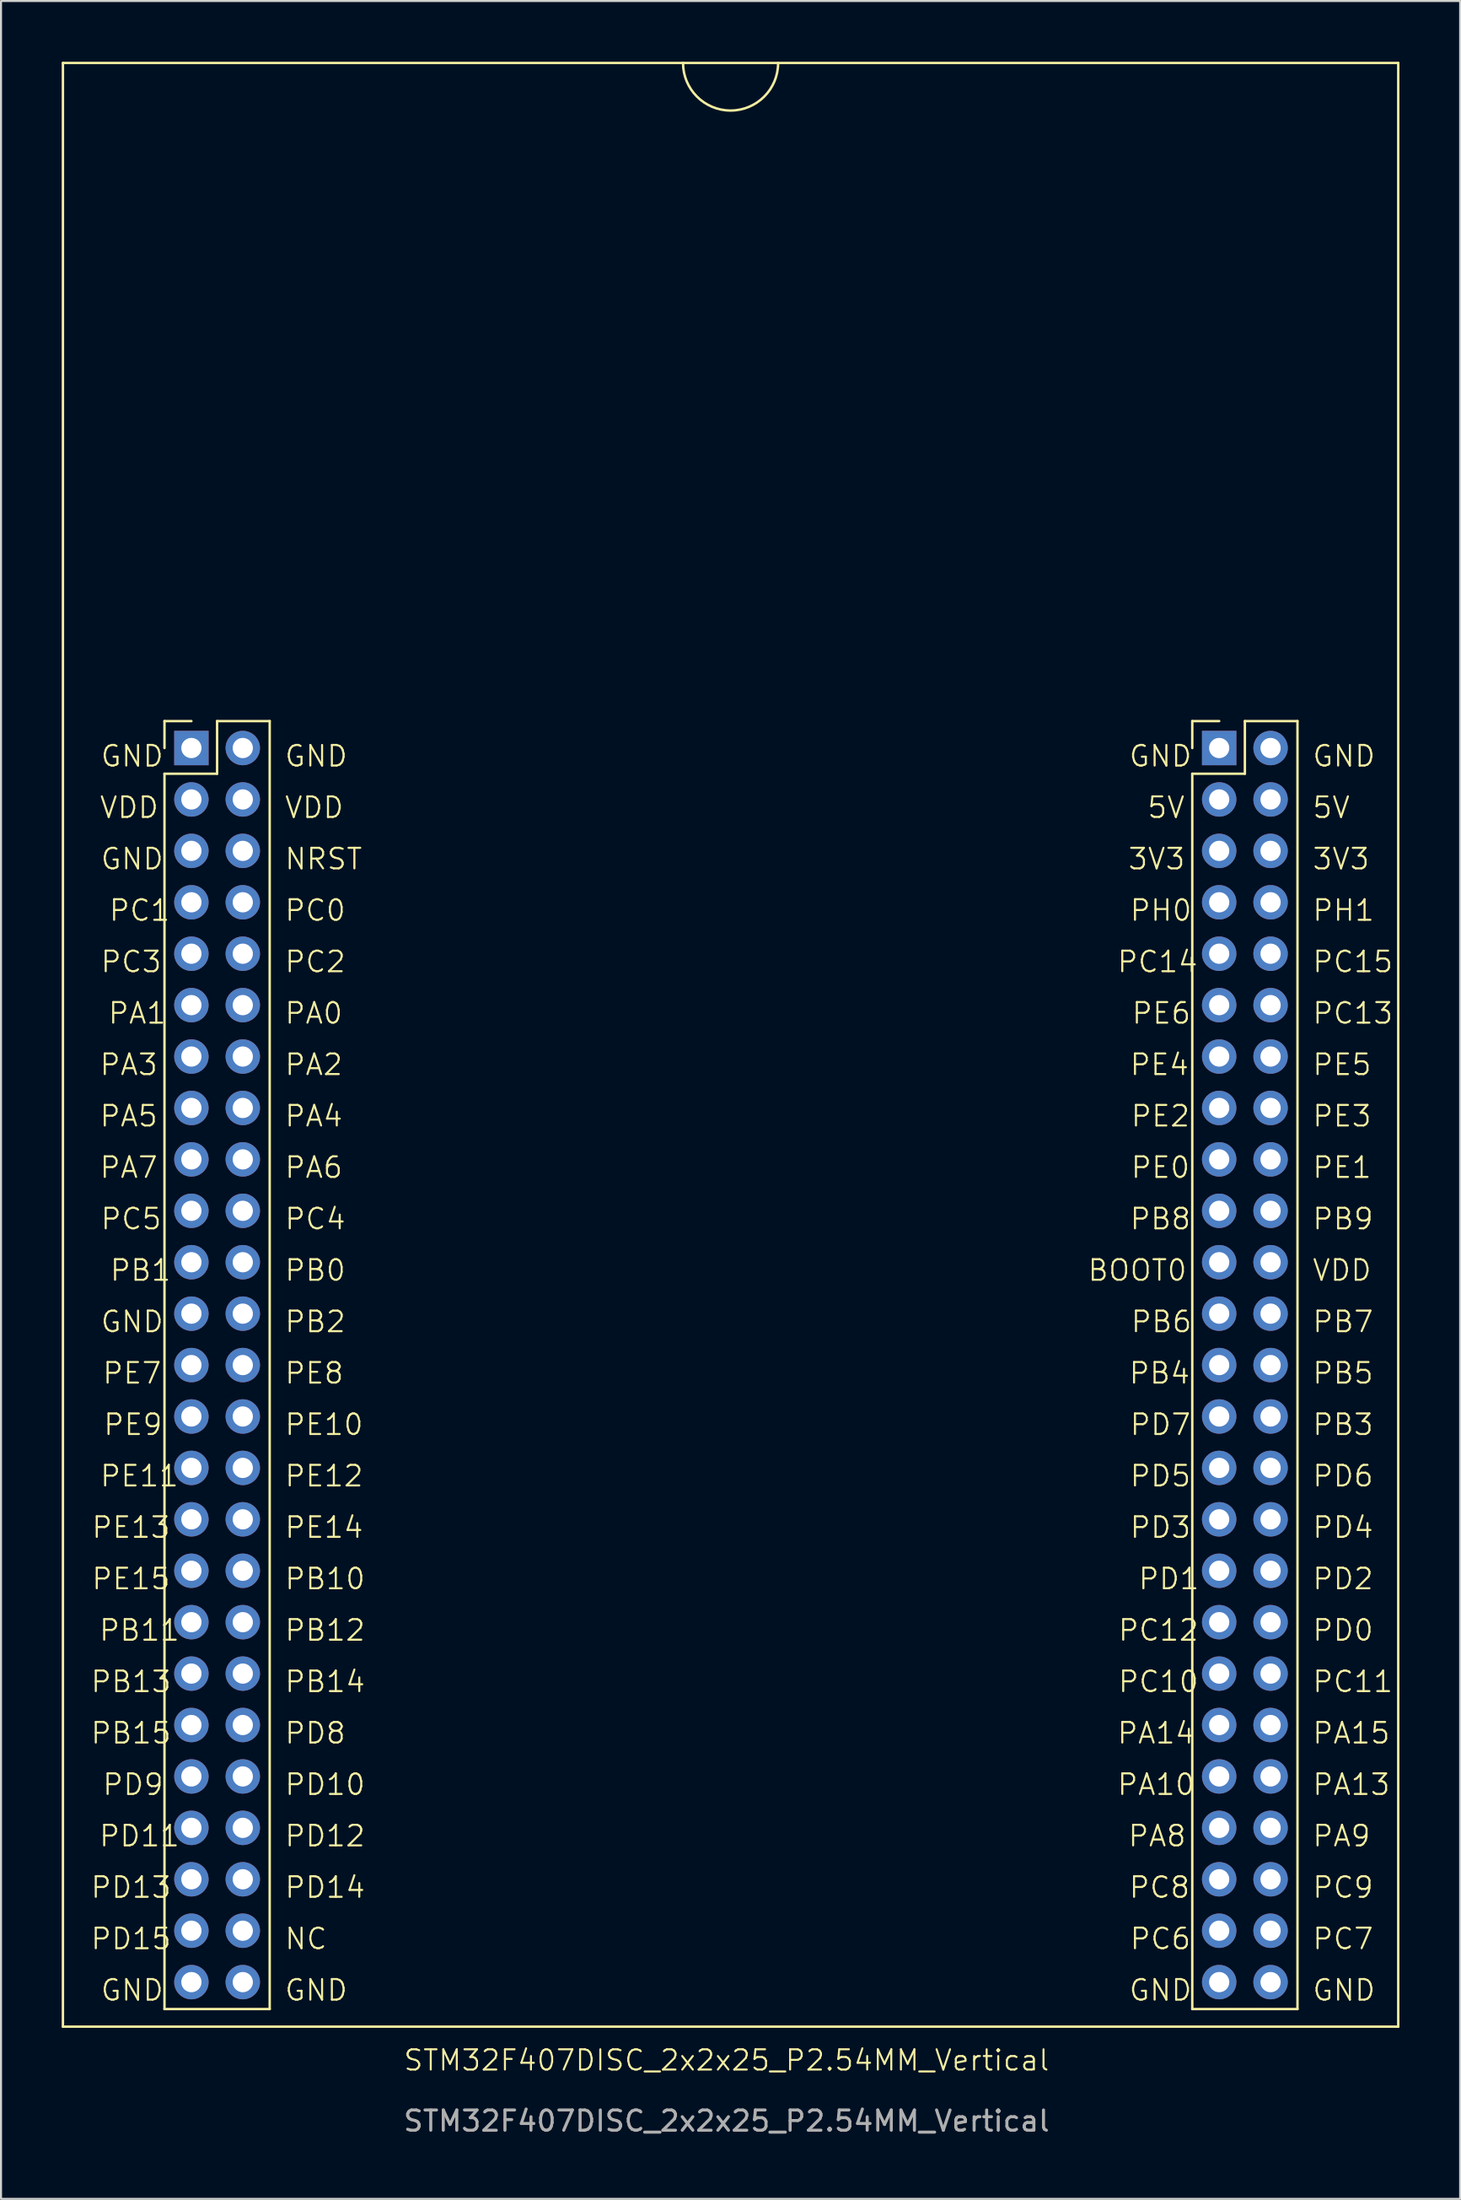
<source format=kicad_pcb>
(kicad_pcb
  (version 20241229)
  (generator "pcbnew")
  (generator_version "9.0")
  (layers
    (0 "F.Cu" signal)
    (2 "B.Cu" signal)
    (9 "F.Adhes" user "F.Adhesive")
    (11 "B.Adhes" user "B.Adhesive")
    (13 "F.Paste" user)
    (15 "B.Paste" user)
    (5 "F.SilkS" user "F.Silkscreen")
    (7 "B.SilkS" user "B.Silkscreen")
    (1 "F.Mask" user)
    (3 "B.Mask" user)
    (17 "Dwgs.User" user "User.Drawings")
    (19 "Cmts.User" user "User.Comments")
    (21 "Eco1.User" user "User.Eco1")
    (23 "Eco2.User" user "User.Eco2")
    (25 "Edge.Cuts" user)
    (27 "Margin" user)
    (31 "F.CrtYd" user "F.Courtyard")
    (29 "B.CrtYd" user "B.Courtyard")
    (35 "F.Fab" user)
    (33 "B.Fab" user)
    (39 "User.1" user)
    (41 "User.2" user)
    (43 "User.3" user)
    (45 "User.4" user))
  (footprint "STM32F407DISC_2x2x25_P2.54MM_Vertical"
    (layer "F.Cu")
    (at 33.05 48.56)
    (property "Reference" "STM32F407DISC_2x2x25_P2.54MM_Vertical" (at -0.19 50.16 0) (unlocked yes) (layer "F.SilkS") (effects (font (size 1 1) (thickness 0.1))))
    (attr through_hole)
    (fp_line (start -32.99 -48.5) (end 33.01 -48.5) (stroke (width 0.12) (type solid)) (layer "F.SilkS"))
    (fp_line (start -32.99 48.5) (end -32.99 -48.5) (stroke (width 0.12) (type solid)) (layer "F.SilkS"))
    (fp_line (start -32.99 48.5) (end 33.01 48.5) (stroke (width 0.12) (type solid)) (layer "F.SilkS"))
    (fp_line (start -27.97 -15.99) (end -26.64 -15.99) (stroke (width 0.12) (type solid)) (layer "F.SilkS"))
    (fp_line (start -27.97 -14.66) (end -27.97 -15.99) (stroke (width 0.12) (type solid)) (layer "F.SilkS"))
    (fp_line (start -27.97 -13.39) (end -25.37 -13.39) (stroke (width 0.12) (type solid)) (layer "F.SilkS"))
    (fp_line (start -27.97 47.63) (end -27.97 -13.39) (stroke (width 0.12) (type solid)) (layer "F.SilkS"))
    (fp_line (start -27.97 47.63) (end -22.77 47.63) (stroke (width 0.12) (type solid)) (layer "F.SilkS"))
    (fp_line (start -25.37 -15.99) (end -22.77 -15.99) (stroke (width 0.12) (type solid)) (layer "F.SilkS"))
    (fp_line (start -25.37 -13.39) (end -25.37 -15.99) (stroke (width 0.12) (type solid)) (layer "F.SilkS"))
    (fp_line (start -22.77 47.63) (end -22.77 -15.99) (stroke (width 0.12) (type solid)) (layer "F.SilkS"))
    (fp_line (start 22.83 -15.99) (end 24.16 -15.99) (stroke (width 0.12) (type solid)) (layer "F.SilkS"))
    (fp_line (start 22.83 -14.66) (end 22.83 -15.99) (stroke (width 0.12) (type solid)) (layer "F.SilkS"))
    (fp_line (start 22.83 -13.39) (end 25.43 -13.39) (stroke (width 0.12) (type solid)) (layer "F.SilkS"))
    (fp_line (start 22.83 47.63) (end 22.83 -13.39) (stroke (width 0.12) (type solid)) (layer "F.SilkS"))
    (fp_line (start 22.83 47.63) (end 28.03 47.63) (stroke (width 0.12) (type solid)) (layer "F.SilkS"))
    (fp_line (start 25.43 -15.99) (end 28.03 -15.99) (stroke (width 0.12) (type solid)) (layer "F.SilkS"))
    (fp_line (start 25.43 -13.39) (end 25.43 -15.99) (stroke (width 0.12) (type solid)) (layer "F.SilkS"))
    (fp_line (start 28.03 47.63) (end 28.03 -15.99) (stroke (width 0.12) (type solid)) (layer "F.SilkS"))
    (fp_line (start 33.01 48.5) (end 33.01 -48.5) (stroke (width 0.12) (type solid)) (layer "F.SilkS"))
    (fp_arc (start 2.36001 -48.4999) (mid 0.01 -46.14989) (end -2.34001 -48.4999) (stroke (width 0.11989) (type solid)) (layer "F.SilkS"))
    (fp_line (start -27.928 -14.952) (end -26.928 -15.952) (stroke (width 0.1) (type solid)) (layer "Eco1.User"))
    (fp_line (start -27.928 47.548) (end -27.928 -14.952) (stroke (width 0.1) (type solid)) (layer "Eco1.User"))
    (fp_line (start -27.928 47.548) (end -22.848 47.548) (stroke (width 0.1) (type solid)) (layer "Eco1.User"))
    (fp_line (start -26.928 -15.952) (end -22.848 -15.952) (stroke (width 0.1) (type solid)) (layer "Eco1.User"))
    (fp_line (start -22.848 47.548) (end -22.848 -15.952) (stroke (width 0.1) (type solid)) (layer "Eco1.User"))
    (fp_line (start 22.872 -14.952) (end 23.872 -15.952) (stroke (width 0.1) (type solid)) (layer "Eco1.User"))
    (fp_line (start 22.872 47.548) (end 22.872 -14.952) (stroke (width 0.1) (type solid)) (layer "Eco1.User"))
    (fp_line (start 22.872 47.548) (end 27.952 47.548) (stroke (width 0.1) (type solid)) (layer "Eco1.User"))
    (fp_line (start 23.872 -15.952) (end 27.952 -15.952) (stroke (width 0.1) (type solid)) (layer "Eco1.User"))
    (fp_line (start 27.952 47.548) (end 27.952 -15.952) (stroke (width 0.1) (type solid)) (layer "Eco1.User"))
    (fp_line (start -28.44 -16.46) (end -22.34 -16.46) (stroke (width 0.05) (type solid)) (layer "User.1"))
    (fp_line (start -28.44 48.04) (end -28.44 -16.46) (stroke (width 0.05) (type solid)) (layer "User.1"))
    (fp_line (start -28.44 48.04) (end -22.34 48.04) (stroke (width 0.05) (type solid)) (layer "User.1"))
    (fp_line (start -22.34 48.04) (end -22.34 -16.46) (stroke (width 0.05) (type solid)) (layer "User.1"))
    (fp_line (start 22.36 -16.46) (end 28.46 -16.46) (stroke (width 0.05) (type solid)) (layer "User.1"))
    (fp_line (start 22.36 48.04) (end 22.36 -16.46) (stroke (width 0.05) (type solid)) (layer "User.1"))
    (fp_line (start 22.36 48.04) (end 28.46 48.04) (stroke (width 0.05) (type solid)) (layer "User.1"))
    (fp_line (start 28.46 48.04) (end 28.46 -16.46) (stroke (width 0.05) (type solid)) (layer "User.1"))
    (fp_text user "PC12" (at 19.108 29.514 0) (unlocked yes) (layer "F.SilkS") (effects (font (size 1.016 1.016) (thickness 0.102)) (justify left bottom)))
    (fp_text user "PA2" (at -22.086 1.574 0) (unlocked yes) (layer "F.SilkS") (effects (font (size 1.016 1.016) (thickness 0.102)) (justify left bottom)))
    (fp_text user "PD0" (at 28.714 29.514 0) (unlocked yes) (layer "F.SilkS") (effects (font (size 1.016 1.016) (thickness 0.102)) (justify left bottom)))
    (fp_text user "PD7" (at 19.689 19.354 0) (unlocked yes) (layer "F.SilkS") (effects (font (size 1.016 1.016) (thickness 0.102)) (justify left bottom)))
    (fp_text user "PB10" (at -22.086 26.974 0) (unlocked yes) (layer "F.SilkS") (effects (font (size 1.016 1.016) (thickness 0.102)) (justify left bottom)))
    (fp_text user "PB4" (at 19.644 16.814 0) (unlocked yes) (layer "F.SilkS") (effects (font (size 1.016 1.016) (thickness 0.102)) (justify left bottom)))
    (fp_text user "PA4" (at -22.086 4.114 0) (unlocked yes) (layer "F.SilkS") (effects (font (size 1.016 1.016) (thickness 0.102)) (justify left bottom)))
    (fp_text user "PC4" (at -22.086 9.194 0) (unlocked yes) (layer "F.SilkS") (effects (font (size 1.016 1.016) (thickness 0.102)) (justify left bottom)))
    (fp_text user "PE3" (at 28.714 4.114 0) (unlocked yes) (layer "F.SilkS") (effects (font (size 1.016 1.016) (thickness 0.102)) (justify left bottom)))
    (fp_text user "PB6" (at 19.738 14.274 0) (unlocked yes) (layer "F.SilkS") (effects (font (size 1.016 1.016) (thickness 0.102)) (justify left bottom)))
    (fp_text user "PC13" (at 28.714 -0.966 0) (unlocked yes) (layer "F.SilkS") (effects (font (size 1.016 1.016) (thickness 0.102)) (justify left bottom)))
    (fp_text user "PE6" (at 19.783 -0.966 0) (unlocked yes) (layer "F.SilkS") (effects (font (size 1.016 1.016) (thickness 0.102)) (justify left bottom)))
    (fp_text user "PE14" (at -22.086 24.434 0) (unlocked yes) (layer "F.SilkS") (effects (font (size 1.016 1.016) (thickness 0.102)) (justify left bottom)))
    (fp_text user "PE13" (at -31.626 24.434 0) (unlocked yes) (layer "F.SilkS") (effects (font (size 1.016 1.016) (thickness 0.102)) (justify left bottom)))
    (fp_text user "PB8" (at 19.689 9.194 0) (unlocked yes) (layer "F.SilkS") (effects (font (size 1.016 1.016) (thickness 0.102)) (justify left bottom)))
    (fp_text user "VDD" (at 28.714 11.734 0) (unlocked yes) (layer "F.SilkS") (effects (font (size 1.016 1.016) (thickness 0.102)) (justify left bottom)))
    (fp_text user "PC0" (at -22.086 -6.046 0) (unlocked yes) (layer "F.SilkS") (effects (font (size 1.016 1.016) (thickness 0.102)) (justify left bottom)))
    (fp_text user "PE5" (at 28.714 1.574 0) (unlocked yes) (layer "F.SilkS") (effects (font (size 1.016 1.016) (thickness 0.102)) (justify left bottom)))
    (fp_text user "PD9" (at -31.09 37.134 0) (unlocked yes) (layer "F.SilkS") (effects (font (size 1.016 1.016) (thickness 0.102)) (justify left bottom)))
    (fp_text user "PD15" (at -31.674 44.754 0) (unlocked yes) (layer "F.SilkS") (effects (font (size 1.016 1.016) (thickness 0.102)) (justify left bottom)))
    (fp_text user "PC11" (at 28.714 32.054 0) (unlocked yes) (layer "F.SilkS") (effects (font (size 1.016 1.016) (thickness 0.102)) (justify left bottom)))
    (fp_text user "GND" (at -31.184 -13.666 0) (unlocked yes) (layer "F.SilkS") (effects (font (size 1.016 1.016) (thickness 0.102)) (justify left bottom)))
    (fp_text user "5V" (at 20.55 -11.126 0) (unlocked yes) (layer "F.SilkS") (effects (font (size 1.016 1.016) (thickness 0.102)) (justify left bottom)))
    (fp_text user "PC6" (at 19.689 44.754 0) (unlocked yes) (layer "F.SilkS") (effects (font (size 1.016 1.016) (thickness 0.102)) (justify left bottom)))
    (fp_text user "NC" (at -22.086 44.754 0) (unlocked yes) (layer "F.SilkS") (effects (font (size 1.016 1.016) (thickness 0.102)) (justify left bottom)))
    (fp_text user "PA10" (at 19.062 37.134 0) (unlocked yes) (layer "F.SilkS") (effects (font (size 1.016 1.016) (thickness 0.102)) (justify left bottom)))
    (fp_text user "PC3" (at -31.184 -3.506 0) (unlocked yes) (layer "F.SilkS") (effects (font (size 1.016 1.016) (thickness 0.102)) (justify left bottom)))
    (fp_text user "PA6" (at -22.086 6.654 0) (unlocked yes) (layer "F.SilkS") (effects (font (size 1.016 1.016) (thickness 0.102)) (justify left bottom)))
    (fp_text user "PA0" (at -22.086 -0.966 0) (unlocked yes) (layer "F.SilkS") (effects (font (size 1.016 1.016) (thickness 0.102)) (justify left bottom)))
    (fp_text user "PD1" (at 20.106 26.974 0) (unlocked yes) (layer "F.SilkS") (effects (font (size 1.016 1.016) (thickness 0.102)) (justify left bottom)))
    (fp_text user "GND" (at -22.086 -13.666 0) (unlocked yes) (layer "F.SilkS") (effects (font (size 1.016 1.016) (thickness 0.102)) (justify left bottom)))
    (fp_text user "PB12" (at -22.086 29.514 0) (unlocked yes) (layer "F.SilkS") (effects (font (size 1.016 1.016) (thickness 0.102)) (justify left bottom)))
    (fp_text user "PD8" (at -22.086 34.594 0) (unlocked yes) (layer "F.SilkS") (effects (font (size 1.016 1.016) (thickness 0.102)) (justify left bottom)))
    (fp_text user "PE9" (at -31.045 19.354 0) (unlocked yes) (layer "F.SilkS") (effects (font (size 1.016 1.016) (thickness 0.102)) (justify left bottom)))
    (fp_text user "PE12" (at -22.086 21.894 0) (unlocked yes) (layer "F.SilkS") (effects (font (size 1.016 1.016) (thickness 0.102)) (justify left bottom)))
    (fp_text user "PA8" (at 19.598 39.674 0) (unlocked yes) (layer "F.SilkS") (effects (font (size 1.016 1.016) (thickness 0.102)) (justify left bottom)))
    (fp_text user "PD2" (at 28.714 26.974 0) (unlocked yes) (layer "F.SilkS") (effects (font (size 1.016 1.016) (thickness 0.102)) (justify left bottom)))
    (fp_text user "PH0" (at 19.689 -6.046 0) (unlocked yes) (layer "F.SilkS") (effects (font (size 1.016 1.016) (thickness 0.102)) (justify left bottom)))
    (fp_text user "PD12" (at -22.086 39.674 0) (unlocked yes) (layer "F.SilkS") (effects (font (size 1.016 1.016) (thickness 0.102)) (justify left bottom)))
    (fp_text user "PA15" (at 28.714 34.594 0) (unlocked yes) (layer "F.SilkS") (effects (font (size 1.016 1.016) (thickness 0.102)) (justify left bottom)))
    (fp_text user "PE4" (at 19.689 1.574 0) (unlocked yes) (layer "F.SilkS") (effects (font (size 1.016 1.016) (thickness 0.102)) (justify left bottom)))
    (fp_text user "PC15" (at 28.714 -3.506 0) (unlocked yes) (layer "F.SilkS") (effects (font (size 1.016 1.016) (thickness 0.102)) (justify left bottom)))
    (fp_text user "PC9" (at 28.714 42.214 0) (unlocked yes) (layer "F.SilkS") (effects (font (size 1.016 1.016) (thickness 0.102)) (justify left bottom)))
    (fp_text user "PD10" (at -22.086 37.134 0) (unlocked yes) (layer "F.SilkS") (effects (font (size 1.016 1.016) (thickness 0.102)) (justify left bottom)))
    (fp_text user "PE7" (at -31.09 16.814 0) (unlocked yes) (layer "F.SilkS") (effects (font (size 1.016 1.016) (thickness 0.102)) (justify left bottom)))
    (fp_text user "PC1" (at -30.768 -6.046 0) (unlocked yes) (layer "F.SilkS") (effects (font (size 1.016 1.016) (thickness 0.102)) (justify left bottom)))
    (fp_text user "PD13" (at -31.674 42.214 0) (unlocked yes) (layer "F.SilkS") (effects (font (size 1.016 1.016) (thickness 0.102)) (justify left bottom)))
    (fp_text user "GND" (at -22.086 47.294 0) (unlocked yes) (layer "F.SilkS") (effects (font (size 1.016 1.016) (thickness 0.102)) (justify left bottom)))
    (fp_text user "PC8" (at 19.644 42.214 0) (unlocked yes) (layer "F.SilkS") (effects (font (size 1.016 1.016) (thickness 0.102)) (justify left bottom)))
    (fp_text user "NRST" (at -22.086 -8.586 0) (unlocked yes) (layer "F.SilkS") (effects (font (size 1.016 1.016) (thickness 0.102)) (justify left bottom)))
    (fp_text user "PA1" (at -30.813 -0.966 0) (unlocked yes) (layer "F.SilkS") (effects (font (size 1.016 1.016) (thickness 0.102)) (justify left bottom)))
    (fp_text user "PA13" (at 28.714 37.134 0) (unlocked yes) (layer "F.SilkS") (effects (font (size 1.016 1.016) (thickness 0.102)) (justify left bottom)))
    (fp_text user "PB14" (at -22.086 32.054 0) (unlocked yes) (layer "F.SilkS") (effects (font (size 1.016 1.016) (thickness 0.102)) (justify left bottom)))
    (fp_text user "PA7" (at -31.23 6.654 0) (unlocked yes) (layer "F.SilkS") (effects (font (size 1.016 1.016) (thickness 0.102)) (justify left bottom)))
    (fp_text user "PD3" (at 19.689 24.434 0) (unlocked yes) (layer "F.SilkS") (effects (font (size 1.016 1.016) (thickness 0.102)) (justify left bottom)))
    (fp_text user "5V" (at 28.714 -11.126 0) (unlocked yes) (layer "F.SilkS") (effects (font (size 1.016 1.016) (thickness 0.102)) (justify left bottom)))
    (fp_text user "PC2" (at -22.086 -3.506 0) (unlocked yes) (layer "F.SilkS") (effects (font (size 1.016 1.016) (thickness 0.102)) (justify left bottom)))
    (fp_text user "GND" (at 28.714 -13.666 0) (unlocked yes) (layer "F.SilkS") (effects (font (size 1.016 1.016) (thickness 0.102)) (justify left bottom)))
    (fp_text user "PB7" (at 28.714 14.274 0) (unlocked yes) (layer "F.SilkS") (effects (font (size 1.016 1.016) (thickness 0.102)) (justify left bottom)))
    (fp_text user "PE0" (at 19.738 6.654 0) (unlocked yes) (layer "F.SilkS") (effects (font (size 1.016 1.016) (thickness 0.102)) (justify left bottom)))
    (fp_text user "PE2" (at 19.738 4.114 0) (unlocked yes) (layer "F.SilkS") (effects (font (size 1.016 1.016) (thickness 0.102)) (justify left bottom)))
    (fp_text user "GND" (at -31.184 14.274 0) (unlocked yes) (layer "F.SilkS") (effects (font (size 1.016 1.016) (thickness 0.102)) (justify left bottom)))
    (fp_text user "PC7" (at 28.714 44.754 0) (unlocked yes) (layer "F.SilkS") (effects (font (size 1.016 1.016) (thickness 0.102)) (justify left bottom)))
    (fp_text user "PB13" (at -31.674 32.054 0) (unlocked yes) (layer "F.SilkS") (effects (font (size 1.016 1.016) (thickness 0.102)) (justify left bottom)))
    (fp_text user "PB2" (at -22.086 14.274 0) (unlocked yes) (layer "F.SilkS") (effects (font (size 1.016 1.016) (thickness 0.102)) (justify left bottom)))
    (fp_text user "PB5" (at 28.714 16.814 0) (unlocked yes) (layer "F.SilkS") (effects (font (size 1.016 1.016) (thickness 0.102)) (justify left bottom)))
    (fp_text user "PC14" (at 19.062 -3.506 0) (unlocked yes) (layer "F.SilkS") (effects (font (size 1.016 1.016) (thickness 0.102)) (justify left bottom)))
    (fp_text user "PC5" (at -31.184 9.194 0) (unlocked yes) (layer "F.SilkS") (effects (font (size 1.016 1.016) (thickness 0.102)) (justify left bottom)))
    (fp_text user "PB11" (at -31.258 29.514 0) (unlocked yes) (layer "F.SilkS") (effects (font (size 1.016 1.016) (thickness 0.102)) (justify left bottom)))
    (fp_text user "GND" (at 28.714 47.294 0) (unlocked yes) (layer "F.SilkS") (effects (font (size 1.016 1.016) (thickness 0.102)) (justify left bottom)))
    (fp_text user "PH1" (at 28.714 -6.046 0) (unlocked yes) (layer "F.SilkS") (effects (font (size 1.016 1.016) (thickness 0.102)) (justify left bottom)))
    (fp_text user "PE1" (at 28.714 6.654 0) (unlocked yes) (layer "F.SilkS") (effects (font (size 1.016 1.016) (thickness 0.102)) (justify left bottom)))
    (fp_text user "PB9" (at 28.714 9.194 0) (unlocked yes) (layer "F.SilkS") (effects (font (size 1.016 1.016) (thickness 0.102)) (justify left bottom)))
    (fp_text user "GND" (at 19.644 -13.666 0) (unlocked yes) (layer "F.SilkS") (effects (font (size 1.016 1.016) (thickness 0.102)) (justify left bottom)))
    (fp_text user "VDD" (at -22.086 -11.126 0) (unlocked yes) (layer "F.SilkS") (effects (font (size 1.016 1.016) (thickness 0.102)) (justify left bottom)))
    (fp_text user "PE15" (at -31.626 26.974 0) (unlocked yes) (layer "F.SilkS") (effects (font (size 1.016 1.016) (thickness 0.102)) (justify left bottom)))
    (fp_text user "PD11" (at -31.258 39.674 0) (unlocked yes) (layer "F.SilkS") (effects (font (size 1.016 1.016) (thickness 0.102)) (justify left bottom)))
    (fp_text user "3V3" (at 19.598 -8.586 0) (unlocked yes) (layer "F.SilkS") (effects (font (size 1.016 1.016) (thickness 0.102)) (justify left bottom)))
    (fp_text user "VDD" (at -31.23 -11.126 0) (unlocked yes) (layer "F.SilkS") (effects (font (size 1.016 1.016) (thickness 0.102)) (justify left bottom)))
    (fp_text user "PB0" (at -22.086 11.734 0) (unlocked yes) (layer "F.SilkS") (effects (font (size 1.016 1.016) (thickness 0.102)) (justify left bottom)))
    (fp_text user "3V3" (at 28.714 -8.586 0) (unlocked yes) (layer "F.SilkS") (effects (font (size 1.016 1.016) (thickness 0.102)) (justify left bottom)))
    (fp_text user "PE8" (at -22.086 16.814 0) (unlocked yes) (layer "F.SilkS") (effects (font (size 1.016 1.016) (thickness 0.102)) (justify left bottom)))
    (fp_text user "GND" (at -31.184 -8.586 0) (unlocked yes) (layer "F.SilkS") (effects (font (size 1.016 1.016) (thickness 0.102)) (justify left bottom)))
    (fp_text user "PA5" (at -31.23 4.114 0) (unlocked yes) (layer "F.SilkS") (effects (font (size 1.016 1.016) (thickness 0.102)) (justify left bottom)))
    (fp_text user "PB3" (at 28.714 19.354 0) (unlocked yes) (layer "F.SilkS") (effects (font (size 1.016 1.016) (thickness 0.102)) (justify left bottom)))
    (fp_text user "PD4" (at 28.714 24.434 0) (unlocked yes) (layer "F.SilkS") (effects (font (size 1.016 1.016) (thickness 0.102)) (justify left bottom)))
    (fp_text user "PE11" (at -31.212 21.894 0) (unlocked yes) (layer "F.SilkS") (effects (font (size 1.016 1.016) (thickness 0.102)) (justify left bottom)))
    (fp_text user "PD6" (at 28.714 21.894 0) (unlocked yes) (layer "F.SilkS") (effects (font (size 1.016 1.016) (thickness 0.102)) (justify left bottom)))
    (fp_text user "PC10" (at 19.108 32.054 0) (unlocked yes) (layer "F.SilkS") (effects (font (size 1.016 1.016) (thickness 0.102)) (justify left bottom)))
    (fp_text user "PB15" (at -31.674 34.594 0) (unlocked yes) (layer "F.SilkS") (effects (font (size 1.016 1.016) (thickness 0.102)) (justify left bottom)))
    (fp_text user "PD5" (at 19.689 21.894 0) (unlocked yes) (layer "F.SilkS") (effects (font (size 1.016 1.016) (thickness 0.102)) (justify left bottom)))
    (fp_text user "GND" (at -31.184 47.294 0) (unlocked yes) (layer "F.SilkS") (effects (font (size 1.016 1.016) (thickness 0.102)) (justify left bottom)))
    (fp_text user "GND" (at 19.644 47.294 0) (unlocked yes) (layer "F.SilkS") (effects (font (size 1.016 1.016) (thickness 0.102)) (justify left bottom)))
    (fp_text user "PA9" (at 28.714 39.674 0) (unlocked yes) (layer "F.SilkS") (effects (font (size 1.016 1.016) (thickness 0.102)) (justify left bottom)))
    (fp_text user "PD14" (at -22.086 42.214 0) (unlocked yes) (layer "F.SilkS") (effects (font (size 1.016 1.016) (thickness 0.102)) (justify left bottom)))
    (fp_text user "PA3" (at -31.23 1.574 0) (unlocked yes) (layer "F.SilkS") (effects (font (size 1.016 1.016) (thickness 0.102)) (justify left bottom)))
    (fp_text user "PE10" (at -22.086 19.354 0) (unlocked yes) (layer "F.SilkS") (effects (font (size 1.016 1.016) (thickness 0.102)) (justify left bottom)))
    (fp_text user "BOOT0" (at 17.604 11.734 0) (unlocked yes) (layer "F.SilkS") (effects (font (size 1.016 1.016) (thickness 0.102)) (justify left bottom)))
    (fp_text user "PB1" (at -30.722 11.734 0) (unlocked yes) (layer "F.SilkS") (effects (font (size 1.016 1.016) (thickness 0.102)) (justify left bottom)))
    (fp_text user "PA14" (at 19.062 34.594 0) (unlocked yes) (layer "F.SilkS") (effects (font (size 1.016 1.016) (thickness 0.102)) (justify left bottom)))
    (fp_text user "${REFERENCE}" (at -0.19 53.16 0) (unlocked yes) (layer "F.Fab") (effects (font (size 1 1) (thickness 0.15))))
    (pad "1" thru_hole rect (at -26.64 -14.66) (size 1.7 1.7) (drill oval 1 1) (layers "*.Cu" "*.Mask"))
    (pad "2" thru_hole circle (at -26.64 -12.12) (size 1.7 1.7) (drill oval 1 1) (layers "*.Cu" "*.Mask"))
    (pad "3" thru_hole circle (at -26.64 -9.58) (size 1.7 1.7) (drill oval 1 1) (layers "*.Cu" "*.Mask"))
    (pad "4" thru_hole circle (at -26.64 -7.04) (size 1.7 1.7) (drill oval 1 1) (layers "*.Cu" "*.Mask"))
    (pad "5" thru_hole circle (at -26.64 -4.5) (size 1.7 1.7) (drill oval 1 1) (layers "*.Cu" "*.Mask"))
    (pad "6" thru_hole circle (at -26.64 -1.96) (size 1.7 1.7) (drill oval 1 1) (layers "*.Cu" "*.Mask"))
    (pad "7" thru_hole circle (at -26.64 0.58) (size 1.7 1.7) (drill oval 1 1) (layers "*.Cu" "*.Mask"))
    (pad "8" thru_hole circle (at -26.64 3.12) (size 1.7 1.7) (drill oval 1 1) (layers "*.Cu" "*.Mask"))
    (pad "9" thru_hole circle (at -26.64 5.66) (size 1.7 1.7) (drill oval 1 1) (layers "*.Cu" "*.Mask"))
    (pad "10" thru_hole circle (at -26.64 8.2) (size 1.7 1.7) (drill oval 1 1) (layers "*.Cu" "*.Mask"))
    (pad "11" thru_hole circle (at -26.64 10.74) (size 1.7 1.7) (drill oval 1 1) (layers "*.Cu" "*.Mask"))
    (pad "12" thru_hole circle (at -26.64 13.28) (size 1.7 1.7) (drill oval 1 1) (layers "*.Cu" "*.Mask"))
    (pad "13" thru_hole circle (at -26.64 15.82) (size 1.7 1.7) (drill oval 1 1) (layers "*.Cu" "*.Mask"))
    (pad "14" thru_hole circle (at -26.64 18.36) (size 1.7 1.7) (drill oval 1 1) (layers "*.Cu" "*.Mask"))
    (pad "15" thru_hole circle (at -26.64 20.9) (size 1.7 1.7) (drill oval 1 1) (layers "*.Cu" "*.Mask"))
    (pad "16" thru_hole circle (at -26.64 23.44) (size 1.7 1.7) (drill oval 1 1) (layers "*.Cu" "*.Mask"))
    (pad "17" thru_hole circle (at -26.64 25.98) (size 1.7 1.7) (drill oval 1 1) (layers "*.Cu" "*.Mask"))
    (pad "18" thru_hole circle (at -26.64 28.52) (size 1.7 1.7) (drill oval 1 1) (layers "*.Cu" "*.Mask"))
    (pad "19" thru_hole circle (at -26.64 31.06) (size 1.7 1.7) (drill oval 1 1) (layers "*.Cu" "*.Mask"))
    (pad "20" thru_hole circle (at -26.64 33.6) (size 1.7 1.7) (drill oval 1 1) (layers "*.Cu" "*.Mask"))
    (pad "21" thru_hole circle (at -26.64 36.14) (size 1.7 1.7) (drill oval 1 1) (layers "*.Cu" "*.Mask"))
    (pad "22" thru_hole circle (at -26.64 38.68) (size 1.7 1.7) (drill oval 1 1) (layers "*.Cu" "*.Mask"))
    (pad "23" thru_hole circle (at -26.64 41.22) (size 1.7 1.7) (drill oval 1 1) (layers "*.Cu" "*.Mask"))
    (pad "24" thru_hole circle (at -26.64 43.76) (size 1.7 1.7) (drill oval 1 1) (layers "*.Cu" "*.Mask"))
    (pad "25" thru_hole circle (at -26.64 46.3) (size 1.7 1.7) (drill oval 1 1) (layers "*.Cu" "*.Mask"))
    (pad "26" thru_hole circle (at -24.1 -14.66) (size 1.7 1.7) (drill oval 1 1) (layers "*.Cu" "*.Mask"))
    (pad "27" thru_hole circle (at -24.1 -12.12) (size 1.7 1.7) (drill oval 1 1) (layers "*.Cu" "*.Mask"))
    (pad "28" thru_hole circle (at -24.1 -9.58) (size 1.7 1.7) (drill oval 1 1) (layers "*.Cu" "*.Mask"))
    (pad "29" thru_hole circle (at -24.1 -7.04) (size 1.7 1.7) (drill oval 1 1) (layers "*.Cu" "*.Mask"))
    (pad "30" thru_hole circle (at -24.1 -4.5) (size 1.7 1.7) (drill oval 1 1) (layers "*.Cu" "*.Mask"))
    (pad "31" thru_hole circle (at -24.1 -1.96) (size 1.7 1.7) (drill oval 1 1) (layers "*.Cu" "*.Mask"))
    (pad "32" thru_hole circle (at -24.1 0.58) (size 1.7 1.7) (drill oval 1 1) (layers "*.Cu" "*.Mask"))
    (pad "33" thru_hole circle (at -24.1 3.12) (size 1.7 1.7) (drill oval 1 1) (layers "*.Cu" "*.Mask"))
    (pad "34" thru_hole circle (at -24.1 5.66) (size 1.7 1.7) (drill oval 1 1) (layers "*.Cu" "*.Mask"))
    (pad "35" thru_hole circle (at -24.1 8.2) (size 1.7 1.7) (drill oval 1 1) (layers "*.Cu" "*.Mask"))
    (pad "36" thru_hole circle (at -24.1 10.74) (size 1.7 1.7) (drill oval 1 1) (layers "*.Cu" "*.Mask"))
    (pad "37" thru_hole circle (at -24.1 13.28) (size 1.7 1.7) (drill oval 1 1) (layers "*.Cu" "*.Mask"))
    (pad "38" thru_hole circle (at -24.1 15.82) (size 1.7 1.7) (drill oval 1 1) (layers "*.Cu" "*.Mask"))
    (pad "39" thru_hole circle (at -24.1 18.36) (size 1.7 1.7) (drill oval 1 1) (layers "*.Cu" "*.Mask"))
    (pad "40" thru_hole circle (at -24.1 20.9) (size 1.7 1.7) (drill oval 1 1) (layers "*.Cu" "*.Mask"))
    (pad "41" thru_hole circle (at -24.1 23.44) (size 1.7 1.7) (drill oval 1 1) (layers "*.Cu" "*.Mask"))
    (pad "42" thru_hole circle (at -24.1 25.98) (size 1.7 1.7) (drill oval 1 1) (layers "*.Cu" "*.Mask"))
    (pad "43" thru_hole circle (at -24.1 28.52) (size 1.7 1.7) (drill oval 1 1) (layers "*.Cu" "*.Mask"))
    (pad "44" thru_hole circle (at -24.1 31.06) (size 1.7 1.7) (drill oval 1 1) (layers "*.Cu" "*.Mask"))
    (pad "45" thru_hole circle (at -24.1 33.6) (size 1.7 1.7) (drill oval 1 1) (layers "*.Cu" "*.Mask"))
    (pad "46" thru_hole circle (at -24.1 36.14) (size 1.7 1.7) (drill oval 1 1) (layers "*.Cu" "*.Mask"))
    (pad "47" thru_hole circle (at -24.1 38.68) (size 1.7 1.7) (drill oval 1 1) (layers "*.Cu" "*.Mask"))
    (pad "48" thru_hole circle (at -24.1 41.22) (size 1.7 1.7) (drill oval 1 1) (layers "*.Cu" "*.Mask"))
    (pad "49" thru_hole circle (at -24.1 43.76) (size 1.7 1.7) (drill oval 1 1) (layers "*.Cu" "*.Mask"))
    (pad "50" thru_hole circle (at -24.1 46.3) (size 1.7 1.7) (drill oval 1 1) (layers "*.Cu" "*.Mask"))
    (pad "51" thru_hole rect (at 24.16 -14.66) (size 1.7 1.7) (drill oval 1 1) (layers "*.Cu" "*.Mask"))
    (pad "52" thru_hole circle (at 24.16 -12.12) (size 1.7 1.7) (drill oval 1 1) (layers "*.Cu" "*.Mask"))
    (pad "53" thru_hole circle (at 24.16 -9.58) (size 1.7 1.7) (drill oval 1 1) (layers "*.Cu" "*.Mask"))
    (pad "54" thru_hole circle (at 24.16 -7.04) (size 1.7 1.7) (drill oval 1 1) (layers "*.Cu" "*.Mask"))
    (pad "55" thru_hole circle (at 24.16 -4.5) (size 1.7 1.7) (drill oval 1 1) (layers "*.Cu" "*.Mask"))
    (pad "56" thru_hole circle (at 24.16 -1.96) (size 1.7 1.7) (drill oval 1 1) (layers "*.Cu" "*.Mask"))
    (pad "57" thru_hole circle (at 24.16 0.58) (size 1.7 1.7) (drill oval 1 1) (layers "*.Cu" "*.Mask"))
    (pad "58" thru_hole circle (at 24.16 3.12) (size 1.7 1.7) (drill oval 1 1) (layers "*.Cu" "*.Mask"))
    (pad "59" thru_hole circle (at 24.16 5.66) (size 1.7 1.7) (drill oval 1 1) (layers "*.Cu" "*.Mask"))
    (pad "60" thru_hole circle (at 24.16 8.2) (size 1.7 1.7) (drill oval 1 1) (layers "*.Cu" "*.Mask"))
    (pad "61" thru_hole circle (at 24.16 10.74) (size 1.7 1.7) (drill oval 1 1) (layers "*.Cu" "*.Mask"))
    (pad "62" thru_hole circle (at 24.16 13.28) (size 1.7 1.7) (drill oval 1 1) (layers "*.Cu" "*.Mask"))
    (pad "63" thru_hole circle (at 24.16 15.82) (size 1.7 1.7) (drill oval 1 1) (layers "*.Cu" "*.Mask"))
    (pad "64" thru_hole circle (at 24.16 18.36) (size 1.7 1.7) (drill oval 1 1) (layers "*.Cu" "*.Mask"))
    (pad "65" thru_hole circle (at 24.16 20.9) (size 1.7 1.7) (drill oval 1 1) (layers "*.Cu" "*.Mask"))
    (pad "66" thru_hole circle (at 24.16 23.44) (size 1.7 1.7) (drill oval 1 1) (layers "*.Cu" "*.Mask"))
    (pad "67" thru_hole circle (at 24.16 25.98) (size 1.7 1.7) (drill oval 1 1) (layers "*.Cu" "*.Mask"))
    (pad "68" thru_hole circle (at 24.16 28.52) (size 1.7 1.7) (drill oval 1 1) (layers "*.Cu" "*.Mask"))
    (pad "69" thru_hole circle (at 24.16 31.06) (size 1.7 1.7) (drill oval 1 1) (layers "*.Cu" "*.Mask"))
    (pad "70" thru_hole circle (at 24.16 33.6) (size 1.7 1.7) (drill oval 1 1) (layers "*.Cu" "*.Mask"))
    (pad "71" thru_hole circle (at 24.16 36.14) (size 1.7 1.7) (drill oval 1 1) (layers "*.Cu" "*.Mask"))
    (pad "72" thru_hole circle (at 24.16 38.68) (size 1.7 1.7) (drill oval 1 1) (layers "*.Cu" "*.Mask"))
    (pad "73" thru_hole circle (at 24.16 41.22) (size 1.7 1.7) (drill oval 1 1) (layers "*.Cu" "*.Mask"))
    (pad "74" thru_hole circle (at 24.16 43.76) (size 1.7 1.7) (drill oval 1 1) (layers "*.Cu" "*.Mask"))
    (pad "75" thru_hole circle (at 24.16 46.3) (size 1.7 1.7) (drill oval 1 1) (layers "*.Cu" "*.Mask"))
    (pad "76" thru_hole circle (at 26.7 -14.66) (size 1.7 1.7) (drill oval 1 1) (layers "*.Cu" "*.Mask"))
    (pad "77" thru_hole circle (at 26.7 -12.12) (size 1.7 1.7) (drill oval 1 1) (layers "*.Cu" "*.Mask"))
    (pad "78" thru_hole circle (at 26.7 -9.58) (size 1.7 1.7) (drill oval 1 1) (layers "*.Cu" "*.Mask"))
    (pad "79" thru_hole circle (at 26.7 -7.04) (size 1.7 1.7) (drill oval 1 1) (layers "*.Cu" "*.Mask"))
    (pad "80" thru_hole circle (at 26.7 -4.5) (size 1.7 1.7) (drill oval 1 1) (layers "*.Cu" "*.Mask"))
    (pad "81" thru_hole circle (at 26.7 -1.96) (size 1.7 1.7) (drill oval 1 1) (layers "*.Cu" "*.Mask"))
    (pad "82" thru_hole circle (at 26.7 0.58) (size 1.7 1.7) (drill oval 1 1) (layers "*.Cu" "*.Mask"))
    (pad "83" thru_hole circle (at 26.7 3.12) (size 1.7 1.7) (drill oval 1 1) (layers "*.Cu" "*.Mask"))
    (pad "84" thru_hole circle (at 26.7 5.66) (size 1.7 1.7) (drill oval 1 1) (layers "*.Cu" "*.Mask"))
    (pad "85" thru_hole circle (at 26.7 8.2) (size 1.7 1.7) (drill oval 1 1) (layers "*.Cu" "*.Mask"))
    (pad "86" thru_hole circle (at 26.7 10.74) (size 1.7 1.7) (drill oval 1 1) (layers "*.Cu" "*.Mask"))
    (pad "87" thru_hole circle (at 26.7 13.28) (size 1.7 1.7) (drill oval 1 1) (layers "*.Cu" "*.Mask"))
    (pad "88" thru_hole circle (at 26.7 15.82) (size 1.7 1.7) (drill oval 1 1) (layers "*.Cu" "*.Mask"))
    (pad "89" thru_hole circle (at 26.7 18.36) (size 1.7 1.7) (drill oval 1 1) (layers "*.Cu" "*.Mask"))
    (pad "90" thru_hole circle (at 26.7 20.9) (size 1.7 1.7) (drill oval 1 1) (layers "*.Cu" "*.Mask"))
    (pad "91" thru_hole circle (at 26.7 23.44) (size 1.7 1.7) (drill oval 1 1) (layers "*.Cu" "*.Mask"))
    (pad "92" thru_hole circle (at 26.7 25.98) (size 1.7 1.7) (drill oval 1 1) (layers "*.Cu" "*.Mask"))
    (pad "93" thru_hole circle (at 26.7 28.52) (size 1.7 1.7) (drill oval 1 1) (layers "*.Cu" "*.Mask"))
    (pad "94" thru_hole circle (at 26.7 31.06) (size 1.7 1.7) (drill oval 1 1) (layers "*.Cu" "*.Mask"))
    (pad "95" thru_hole circle (at 26.7 33.6) (size 1.7 1.7) (drill oval 1 1) (layers "*.Cu" "*.Mask"))
    (pad "96" thru_hole circle (at 26.7 36.14) (size 1.7 1.7) (drill oval 1 1) (layers "*.Cu" "*.Mask"))
    (pad "97" thru_hole circle (at 26.7 38.68) (size 1.7 1.7) (drill oval 1 1) (layers "*.Cu" "*.Mask"))
    (pad "98" thru_hole circle (at 26.7 41.22) (size 1.7 1.7) (drill oval 1 1) (layers "*.Cu" "*.Mask"))
    (pad "99" thru_hole circle (at 26.7 43.76) (size 1.7 1.7) (drill oval 1 1) (layers "*.Cu" "*.Mask"))
    (pad "100" thru_hole circle (at 26.7 46.3) (size 1.7 1.7) (drill oval 1 1) (layers "*.Cu" "*.Mask")))
  (gr_rect
    (start -3 -3)
    (end 69.12 105.568)
    (stroke (width 0.1) (type default))
    (fill no)
    (layer "Edge.Cuts")))
</source>
